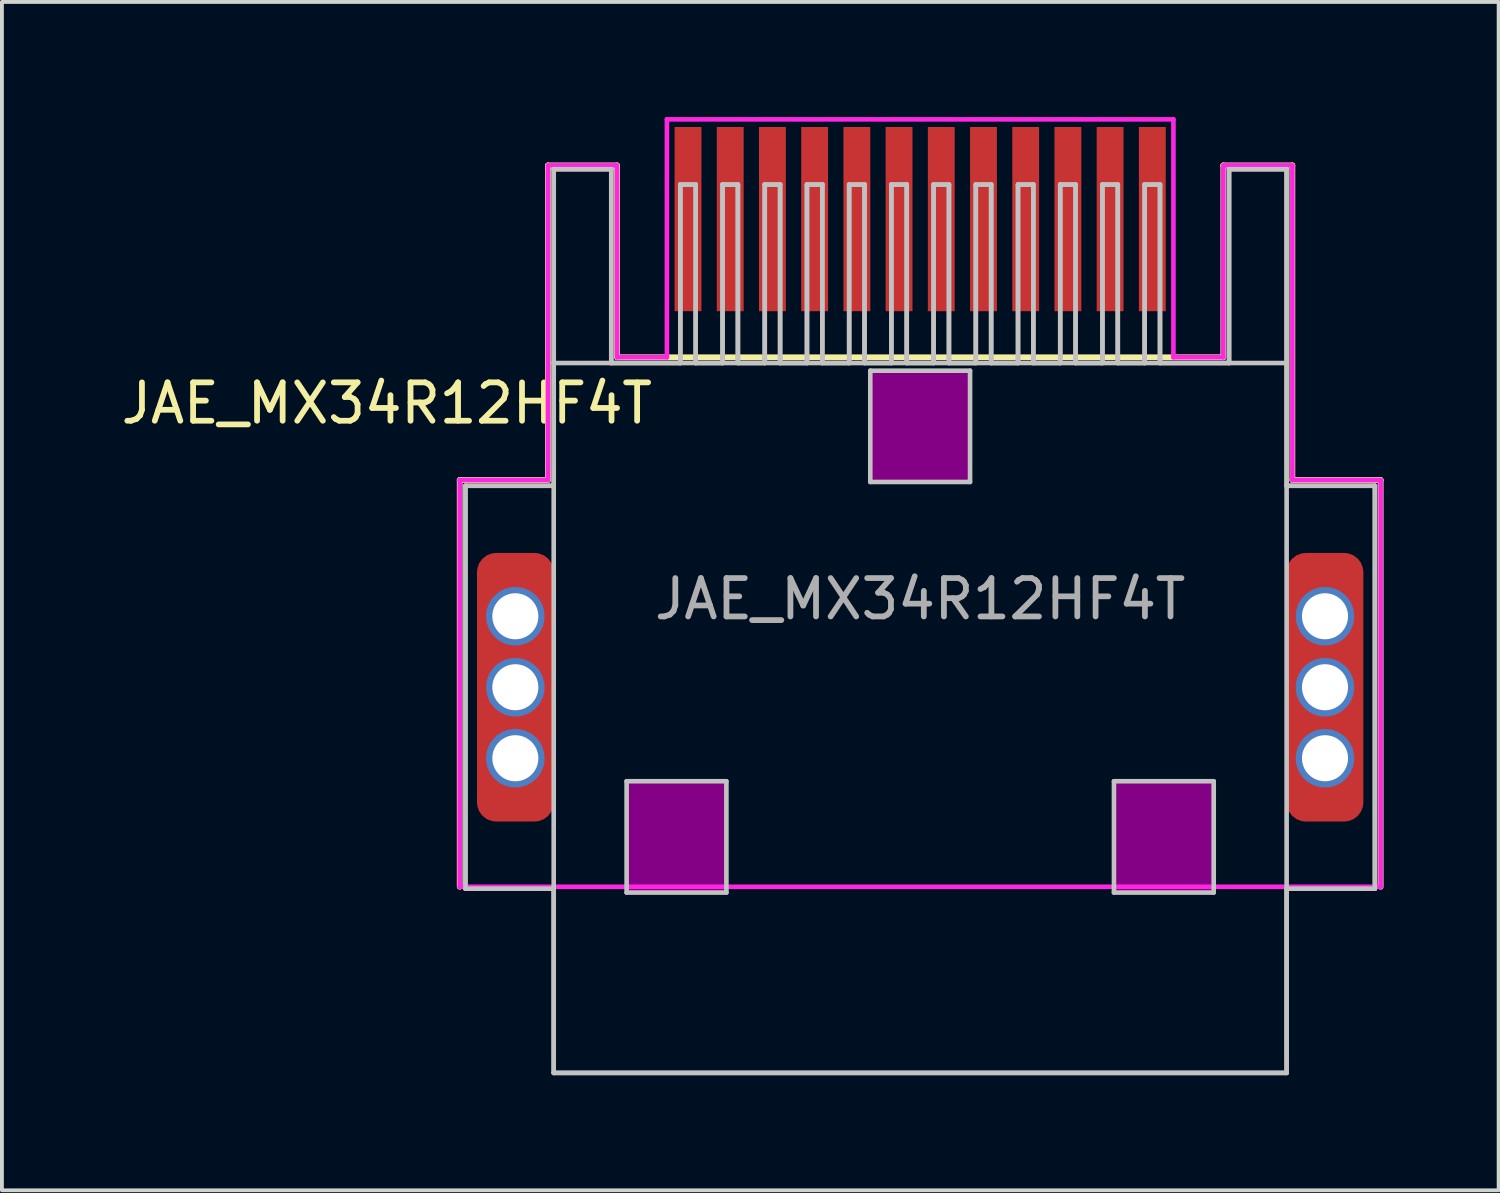
<source format=kicad_pcb>
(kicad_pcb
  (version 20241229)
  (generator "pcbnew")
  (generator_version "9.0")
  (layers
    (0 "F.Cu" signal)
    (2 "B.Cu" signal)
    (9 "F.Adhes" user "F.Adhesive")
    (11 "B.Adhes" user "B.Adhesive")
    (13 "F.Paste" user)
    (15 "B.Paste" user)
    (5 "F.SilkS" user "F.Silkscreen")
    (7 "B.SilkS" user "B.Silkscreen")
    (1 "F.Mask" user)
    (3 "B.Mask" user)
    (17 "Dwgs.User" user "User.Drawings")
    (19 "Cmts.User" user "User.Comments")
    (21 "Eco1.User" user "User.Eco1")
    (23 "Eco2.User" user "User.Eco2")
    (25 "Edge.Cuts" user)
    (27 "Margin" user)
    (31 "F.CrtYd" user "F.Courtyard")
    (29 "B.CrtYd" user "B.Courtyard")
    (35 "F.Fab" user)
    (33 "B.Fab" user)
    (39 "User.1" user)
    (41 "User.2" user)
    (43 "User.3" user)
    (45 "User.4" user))
  (footprint "JAE_MX34R12HF4T"
    (layer "F.Cu")
    (at 20.93 14.86)
    (property "Reference" "JAE_MX34R12HF4T" (at -13.9 -7.4 0) (layer "F.SilkS") (effects (font (size 1 1) (thickness 0.15))))
    (attr smd)
    (fp_line (start -12 -5.4) (end -12 5.2) (stroke (width 0.15) (type solid)) (layer "F.SilkS"))
    (fp_line (start -9.7 -13.6) (end -9.7 -5.4) (stroke (width 0.15) (type solid)) (layer "F.SilkS"))
    (fp_line (start -9.7 -5.4) (end -12 -5.4) (stroke (width 0.15) (type solid)) (layer "F.SilkS"))
    (fp_line (start -7.9 -13.6) (end -9.7 -13.6) (stroke (width 0.15) (type solid)) (layer "F.SilkS"))
    (fp_line (start -7.9 -8.6) (end -7.9 -13.6) (stroke (width 0.15) (type solid)) (layer "F.SilkS"))
    (fp_line (start 7.9 -13.6) (end 9.7 -13.6) (stroke (width 0.15) (type solid)) (layer "F.SilkS"))
    (fp_line (start 7.9 -8.6) (end -7.9 -8.6) (stroke (width 0.15) (type solid)) (layer "F.SilkS"))
    (fp_line (start 7.9 -8.6) (end 7.9 -13.6) (stroke (width 0.15) (type solid)) (layer "F.SilkS"))
    (fp_line (start 9.7 -13.6) (end 9.7 -5.4) (stroke (width 0.15) (type solid)) (layer "F.SilkS"))
    (fp_line (start 9.7 -5.4) (end 12 -5.4) (stroke (width 0.15) (type solid)) (layer "F.SilkS"))
    (fp_line (start 12 -5.4) (end 12 5.2) (stroke (width 0.15) (type solid)) (layer "F.SilkS"))
    (fp_line (start -11.85 -5.25) (end -11.85 5.25) (stroke (width 0.12) (type solid)) (layer "Dwgs.User"))
    (fp_line (start -11.85 -5.25) (end -9.55 -5.25) (stroke (width 0.12) (type solid)) (layer "Dwgs.User"))
    (fp_line (start -11.85 5.25) (end -9.55 5.25) (stroke (width 0.12) (type solid)) (layer "Dwgs.User"))
    (fp_line (start -9.55 -13.5) (end -8.05 -13.5) (stroke (width 0.12) (type solid)) (layer "Dwgs.User"))
    (fp_line (start -9.55 -8.45) (end -9.55 -13.5) (stroke (width 0.12) (type solid)) (layer "Dwgs.User"))
    (fp_line (start -9.55 -8.45) (end -9.55 10.05) (stroke (width 0.12) (type solid)) (layer "Dwgs.User"))
    (fp_line (start -9.55 -8.45) (end 9.55 -8.45) (stroke (width 0.12) (type solid)) (layer "Dwgs.User"))
    (fp_line (start -9.55 10.05) (end 9.55 10.05) (stroke (width 0.12) (type solid)) (layer "Dwgs.User"))
    (fp_line (start -8.05 -13.5) (end -8.05 -8.45) (stroke (width 0.12) (type solid)) (layer "Dwgs.User"))
    (fp_line (start -7.65 2.45) (end -5.05 2.45) (stroke (width 0.12) (type solid)) (layer "Dwgs.User"))
    (fp_line (start -7.65 5.35) (end -7.65 2.45) (stroke (width 0.12) (type solid)) (layer "Dwgs.User"))
    (fp_line (start -6.25 -13.1) (end -6.25 -8.45) (stroke (width 0.12) (type solid)) (layer "Dwgs.User"))
    (fp_line (start -5.85 -13.1) (end -6.25 -13.1) (stroke (width 0.12) (type solid)) (layer "Dwgs.User"))
    (fp_line (start -5.85 -8.45) (end -5.85 -13.1) (stroke (width 0.12) (type solid)) (layer "Dwgs.User"))
    (fp_line (start -5.15 -13.1) (end -5.15 -8.45) (stroke (width 0.12) (type solid)) (layer "Dwgs.User"))
    (fp_line (start -5.05 2.45) (end -5.05 5.35) (stroke (width 0.12) (type solid)) (layer "Dwgs.User"))
    (fp_line (start -5.05 5.35) (end -7.65 5.35) (stroke (width 0.12) (type solid)) (layer "Dwgs.User"))
    (fp_line (start -4.75 -13.1) (end -5.15 -13.1) (stroke (width 0.12) (type solid)) (layer "Dwgs.User"))
    (fp_line (start -4.75 -8.45) (end -4.75 -13.1) (stroke (width 0.12) (type solid)) (layer "Dwgs.User"))
    (fp_line (start -4.05 -13.1) (end -4.05 -8.45) (stroke (width 0.12) (type solid)) (layer "Dwgs.User"))
    (fp_line (start -3.65 -13.1) (end -4.05 -13.1) (stroke (width 0.12) (type solid)) (layer "Dwgs.User"))
    (fp_line (start -3.65 -8.45) (end -3.65 -13.1) (stroke (width 0.12) (type solid)) (layer "Dwgs.User"))
    (fp_line (start -2.95 -13.1) (end -2.95 -8.45) (stroke (width 0.12) (type solid)) (layer "Dwgs.User"))
    (fp_line (start -2.55 -13.1) (end -2.95 -13.1) (stroke (width 0.12) (type solid)) (layer "Dwgs.User"))
    (fp_line (start -2.55 -8.45) (end -2.55 -13.1) (stroke (width 0.12) (type solid)) (layer "Dwgs.User"))
    (fp_line (start -1.85 -13.1) (end -1.85 -8.45) (stroke (width 0.12) (type solid)) (layer "Dwgs.User"))
    (fp_line (start -1.45 -13.1) (end -1.85 -13.1) (stroke (width 0.12) (type solid)) (layer "Dwgs.User"))
    (fp_line (start -1.45 -8.45) (end -1.45 -13.1) (stroke (width 0.12) (type solid)) (layer "Dwgs.User"))
    (fp_line (start -1.3 -8.25) (end 1.3 -8.25) (stroke (width 0.12) (type solid)) (layer "Dwgs.User"))
    (fp_line (start -1.3 -5.35) (end -1.3 -8.25) (stroke (width 0.12) (type solid)) (layer "Dwgs.User"))
    (fp_line (start -0.75 -13.1) (end -0.75 -8.45) (stroke (width 0.12) (type solid)) (layer "Dwgs.User"))
    (fp_line (start -0.35 -13.1) (end -0.75 -13.1) (stroke (width 0.12) (type solid)) (layer "Dwgs.User"))
    (fp_line (start -0.35 -8.45) (end -0.35 -13.1) (stroke (width 0.12) (type solid)) (layer "Dwgs.User"))
    (fp_line (start 0.35 -13.1) (end 0.35 -8.45) (stroke (width 0.12) (type solid)) (layer "Dwgs.User"))
    (fp_line (start 0.75 -13.1) (end 0.35 -13.1) (stroke (width 0.12) (type solid)) (layer "Dwgs.User"))
    (fp_line (start 0.75 -8.45) (end 0.75 -13.1) (stroke (width 0.12) (type solid)) (layer "Dwgs.User"))
    (fp_line (start 1.3 -8.25) (end 1.3 -5.35) (stroke (width 0.12) (type solid)) (layer "Dwgs.User"))
    (fp_line (start 1.3 -5.35) (end -1.3 -5.35) (stroke (width 0.12) (type solid)) (layer "Dwgs.User"))
    (fp_line (start 1.45 -13.1) (end 1.45 -8.45) (stroke (width 0.12) (type solid)) (layer "Dwgs.User"))
    (fp_line (start 1.85 -13.1) (end 1.45 -13.1) (stroke (width 0.12) (type solid)) (layer "Dwgs.User"))
    (fp_line (start 1.85 -8.45) (end 1.85 -13.1) (stroke (width 0.12) (type solid)) (layer "Dwgs.User"))
    (fp_line (start 2.55 -13.1) (end 2.55 -8.45) (stroke (width 0.12) (type solid)) (layer "Dwgs.User"))
    (fp_line (start 2.95 -13.1) (end 2.55 -13.1) (stroke (width 0.12) (type solid)) (layer "Dwgs.User"))
    (fp_line (start 2.95 -8.45) (end 2.95 -13.1) (stroke (width 0.12) (type solid)) (layer "Dwgs.User"))
    (fp_line (start 3.65 -13.1) (end 3.65 -8.45) (stroke (width 0.12) (type solid)) (layer "Dwgs.User"))
    (fp_line (start 4.05 -13.1) (end 3.65 -13.1) (stroke (width 0.12) (type solid)) (layer "Dwgs.User"))
    (fp_line (start 4.05 -8.45) (end 4.05 -13.1) (stroke (width 0.12) (type solid)) (layer "Dwgs.User"))
    (fp_line (start 4.75 -13.1) (end 4.75 -8.45) (stroke (width 0.12) (type solid)) (layer "Dwgs.User"))
    (fp_line (start 5.05 2.45) (end 7.65 2.45) (stroke (width 0.12) (type solid)) (layer "Dwgs.User"))
    (fp_line (start 5.05 5.35) (end 5.05 2.45) (stroke (width 0.12) (type solid)) (layer "Dwgs.User"))
    (fp_line (start 5.15 -13.1) (end 4.75 -13.1) (stroke (width 0.12) (type solid)) (layer "Dwgs.User"))
    (fp_line (start 5.15 -8.45) (end 5.15 -13.1) (stroke (width 0.12) (type solid)) (layer "Dwgs.User"))
    (fp_line (start 5.85 -13.1) (end 5.85 -8.45) (stroke (width 0.12) (type solid)) (layer "Dwgs.User"))
    (fp_line (start 6.25 -13.1) (end 5.85 -13.1) (stroke (width 0.12) (type solid)) (layer "Dwgs.User"))
    (fp_line (start 6.25 -8.45) (end 6.25 -13.1) (stroke (width 0.12) (type solid)) (layer "Dwgs.User"))
    (fp_line (start 7.65 2.45) (end 7.65 5.35) (stroke (width 0.12) (type solid)) (layer "Dwgs.User"))
    (fp_line (start 7.65 5.35) (end 5.05 5.35) (stroke (width 0.12) (type solid)) (layer "Dwgs.User"))
    (fp_line (start 8.05 -13.5) (end 8.05 -8.45) (stroke (width 0.12) (type solid)) (layer "Dwgs.User"))
    (fp_line (start 9.55 -13.5) (end 8.05 -13.5) (stroke (width 0.12) (type solid)) (layer "Dwgs.User"))
    (fp_line (start 9.55 -8.45) (end 9.55 -13.5) (stroke (width 0.12) (type solid)) (layer "Dwgs.User"))
    (fp_line (start 9.55 10.05) (end 9.55 -8.45) (stroke (width 0.12) (type solid)) (layer "Dwgs.User"))
    (fp_line (start 11.85 -5.25) (end 9.55 -5.25) (stroke (width 0.12) (type solid)) (layer "Dwgs.User"))
    (fp_line (start 11.85 -5.25) (end 11.85 5.25) (stroke (width 0.12) (type solid)) (layer "Dwgs.User"))
    (fp_line (start 11.85 5.25) (end 9.55 5.25) (stroke (width 0.12) (type solid)) (layer "Dwgs.User"))
    (fp_line (start -12 -5.4) (end -9.7 -5.4) (stroke (width 0.12) (type solid)) (layer "F.CrtYd"))
    (fp_line (start -12 5.2) (end -12 -5.4) (stroke (width 0.12) (type solid)) (layer "F.CrtYd"))
    (fp_line (start -12 5.2) (end 12 5.2) (stroke (width 0.12) (type solid)) (layer "F.CrtYd"))
    (fp_line (start -9.7 -13.6) (end -7.9 -13.6) (stroke (width 0.12) (type solid)) (layer "F.CrtYd"))
    (fp_line (start -9.7 -5.4) (end -9.7 -13.6) (stroke (width 0.12) (type solid)) (layer "F.CrtYd"))
    (fp_line (start -7.9 -13.6) (end -7.9 -8.6) (stroke (width 0.12) (type solid)) (layer "F.CrtYd"))
    (fp_line (start -7.9 -8.6) (end -6.6 -8.6) (stroke (width 0.12) (type solid)) (layer "F.CrtYd"))
    (fp_line (start -6.6 -14.8) (end 6.6 -14.8) (stroke (width 0.12) (type solid)) (layer "F.CrtYd"))
    (fp_line (start -6.6 -8.6) (end -6.6 -14.8) (stroke (width 0.12) (type solid)) (layer "F.CrtYd"))
    (fp_line (start 6.6 -14.8) (end 6.6 -8.6) (stroke (width 0.12) (type solid)) (layer "F.CrtYd"))
    (fp_line (start 7.9 -13.6) (end 7.9 -8.6) (stroke (width 0.12) (type solid)) (layer "F.CrtYd"))
    (fp_line (start 7.9 -8.6) (end 6.6 -8.6) (stroke (width 0.12) (type solid)) (layer "F.CrtYd"))
    (fp_line (start 9.7 -13.6) (end 7.9 -13.6) (stroke (width 0.12) (type solid)) (layer "F.CrtYd"))
    (fp_line (start 9.7 -5.4) (end 9.7 -13.6) (stroke (width 0.12) (type solid)) (layer "F.CrtYd"))
    (fp_line (start 12 -5.4) (end 9.7 -5.4) (stroke (width 0.12) (type solid)) (layer "F.CrtYd"))
    (fp_line (start 12 5.2) (end 12 -5.4) (stroke (width 0.12) (type solid)) (layer "F.CrtYd"))
    (fp_line (start -11.85 -5.25) (end -11.85 5.25) (stroke (width 0.12) (type solid)) (layer "F.Fab"))
    (fp_line (start -11.85 5.25) (end -9.55 5.25) (stroke (width 0.12) (type solid)) (layer "F.Fab"))
    (fp_line (start -9.55 -13.5) (end -9.55 -5.25) (stroke (width 0.12) (type solid)) (layer "F.Fab"))
    (fp_line (start -9.55 -5.25) (end -11.85 -5.25) (stroke (width 0.12) (type solid)) (layer "F.Fab"))
    (fp_line (start -9.55 5.25) (end -9.55 10.05) (stroke (width 0.12) (type solid)) (layer "F.Fab"))
    (fp_line (start -9.55 10.05) (end 9.55 10.05) (stroke (width 0.12) (type solid)) (layer "F.Fab"))
    (fp_line (start -8.05 -13.5) (end -9.55 -13.5) (stroke (width 0.12) (type solid)) (layer "F.Fab"))
    (fp_line (start -8.05 -8.45) (end -8.05 -13.5) (stroke (width 0.12) (type solid)) (layer "F.Fab"))
    (fp_line (start -6.25 -13.1) (end -6.25 -8.45) (stroke (width 0.12) (type solid)) (layer "F.Fab"))
    (fp_line (start -6.25 -8.45) (end -8.05 -8.45) (stroke (width 0.12) (type solid)) (layer "F.Fab"))
    (fp_line (start -5.85 -13.1) (end -6.25 -13.1) (stroke (width 0.12) (type solid)) (layer "F.Fab"))
    (fp_line (start -5.85 -8.45) (end -5.85 -13.1) (stroke (width 0.12) (type solid)) (layer "F.Fab"))
    (fp_line (start -5.15 -13.1) (end -5.15 -8.45) (stroke (width 0.12) (type solid)) (layer "F.Fab"))
    (fp_line (start -5.15 -8.45) (end -5.85 -8.45) (stroke (width 0.12) (type solid)) (layer "F.Fab"))
    (fp_line (start -4.75 -13.1) (end -5.15 -13.1) (stroke (width 0.12) (type solid)) (layer "F.Fab"))
    (fp_line (start -4.75 -8.45) (end -4.75 -13.1) (stroke (width 0.12) (type solid)) (layer "F.Fab"))
    (fp_line (start -4.05 -13.1) (end -4.05 -8.45) (stroke (width 0.12) (type solid)) (layer "F.Fab"))
    (fp_line (start -4.05 -8.45) (end -4.75 -8.45) (stroke (width 0.12) (type solid)) (layer "F.Fab"))
    (fp_line (start -3.65 -13.1) (end -4.05 -13.1) (stroke (width 0.12) (type solid)) (layer "F.Fab"))
    (fp_line (start -3.65 -8.45) (end -3.65 -13.1) (stroke (width 0.12) (type solid)) (layer "F.Fab"))
    (fp_line (start -2.95 -13.1) (end -2.95 -8.45) (stroke (width 0.12) (type solid)) (layer "F.Fab"))
    (fp_line (start -2.95 -8.45) (end -3.65 -8.45) (stroke (width 0.12) (type solid)) (layer "F.Fab"))
    (fp_line (start -2.55 -13.1) (end -2.95 -13.1) (stroke (width 0.12) (type solid)) (layer "F.Fab"))
    (fp_line (start -2.55 -8.45) (end -2.55 -13.1) (stroke (width 0.12) (type solid)) (layer "F.Fab"))
    (fp_line (start -1.85 -13.1) (end -1.85 -8.45) (stroke (width 0.12) (type solid)) (layer "F.Fab"))
    (fp_line (start -1.85 -8.45) (end -2.55 -8.45) (stroke (width 0.12) (type solid)) (layer "F.Fab"))
    (fp_line (start -1.45 -13.1) (end -1.85 -13.1) (stroke (width 0.12) (type solid)) (layer "F.Fab"))
    (fp_line (start -1.45 -8.45) (end -1.45 -13.1) (stroke (width 0.12) (type solid)) (layer "F.Fab"))
    (fp_line (start -0.75 -13.1) (end -0.75 -8.45) (stroke (width 0.12) (type solid)) (layer "F.Fab"))
    (fp_line (start -0.75 -8.45) (end -1.45 -8.45) (stroke (width 0.12) (type solid)) (layer "F.Fab"))
    (fp_line (start -0.35 -13.1) (end -0.75 -13.1) (stroke (width 0.12) (type solid)) (layer "F.Fab"))
    (fp_line (start -0.35 -8.45) (end -0.35 -13.1) (stroke (width 0.12) (type solid)) (layer "F.Fab"))
    (fp_line (start 0.35 -13.1) (end 0.35 -8.45) (stroke (width 0.12) (type solid)) (layer "F.Fab"))
    (fp_line (start 0.35 -8.45) (end -0.35 -8.45) (stroke (width 0.12) (type solid)) (layer "F.Fab"))
    (fp_line (start 0.75 -13.1) (end 0.35 -13.1) (stroke (width 0.12) (type solid)) (layer "F.Fab"))
    (fp_line (start 0.75 -8.45) (end 0.75 -13.1) (stroke (width 0.12) (type solid)) (layer "F.Fab"))
    (fp_line (start 1.45 -13.1) (end 1.45 -8.45) (stroke (width 0.12) (type solid)) (layer "F.Fab"))
    (fp_line (start 1.45 -8.45) (end 0.75 -8.45) (stroke (width 0.12) (type solid)) (layer "F.Fab"))
    (fp_line (start 1.85 -13.1) (end 1.45 -13.1) (stroke (width 0.12) (type solid)) (layer "F.Fab"))
    (fp_line (start 1.85 -8.45) (end 1.85 -13.1) (stroke (width 0.12) (type solid)) (layer "F.Fab"))
    (fp_line (start 2.55 -13.1) (end 2.55 -8.45) (stroke (width 0.12) (type solid)) (layer "F.Fab"))
    (fp_line (start 2.55 -8.45) (end 1.85 -8.45) (stroke (width 0.12) (type solid)) (layer "F.Fab"))
    (fp_line (start 2.95 -13.1) (end 2.55 -13.1) (stroke (width 0.12) (type solid)) (layer "F.Fab"))
    (fp_line (start 2.95 -8.45) (end 2.95 -13.1) (stroke (width 0.12) (type solid)) (layer "F.Fab"))
    (fp_line (start 3.65 -13.1) (end 3.65 -8.45) (stroke (width 0.12) (type solid)) (layer "F.Fab"))
    (fp_line (start 3.65 -8.45) (end 2.95 -8.45) (stroke (width 0.12) (type solid)) (layer "F.Fab"))
    (fp_line (start 4.05 -13.1) (end 3.65 -13.1) (stroke (width 0.12) (type solid)) (layer "F.Fab"))
    (fp_line (start 4.05 -8.45) (end 4.05 -13.1) (stroke (width 0.12) (type solid)) (layer "F.Fab"))
    (fp_line (start 4.75 -13.1) (end 4.75 -8.45) (stroke (width 0.12) (type solid)) (layer "F.Fab"))
    (fp_line (start 4.75 -8.45) (end 4.05 -8.45) (stroke (width 0.12) (type solid)) (layer "F.Fab"))
    (fp_line (start 5.15 -13.1) (end 4.75 -13.1) (stroke (width 0.12) (type solid)) (layer "F.Fab"))
    (fp_line (start 5.15 -8.45) (end 5.15 -13.1) (stroke (width 0.12) (type solid)) (layer "F.Fab"))
    (fp_line (start 5.85 -13.1) (end 5.85 -8.45) (stroke (width 0.12) (type solid)) (layer "F.Fab"))
    (fp_line (start 5.85 -8.45) (end 5.15 -8.45) (stroke (width 0.12) (type solid)) (layer "F.Fab"))
    (fp_line (start 6.25 -13.1) (end 5.85 -13.1) (stroke (width 0.12) (type solid)) (layer "F.Fab"))
    (fp_line (start 6.25 -8.45) (end 6.25 -13.1) (stroke (width 0.12) (type solid)) (layer "F.Fab"))
    (fp_line (start 8.05 -13.5) (end 8.05 -8.45) (stroke (width 0.12) (type solid)) (layer "F.Fab"))
    (fp_line (start 8.05 -8.45) (end 6.25 -8.45) (stroke (width 0.12) (type solid)) (layer "F.Fab"))
    (fp_line (start 9.55 -13.5) (end 8.05 -13.5) (stroke (width 0.12) (type solid)) (layer "F.Fab"))
    (fp_line (start 9.55 -5.25) (end 9.55 -13.5) (stroke (width 0.12) (type solid)) (layer "F.Fab"))
    (fp_line (start 9.55 5.25) (end 11.85 5.25) (stroke (width 0.12) (type solid)) (layer "F.Fab"))
    (fp_line (start 9.55 10.05) (end 9.55 5.25) (stroke (width 0.12) (type solid)) (layer "F.Fab"))
    (fp_line (start 11.85 -5.25) (end 9.55 -5.25) (stroke (width 0.12) (type solid)) (layer "F.Fab"))
    (fp_line (start 11.85 5.25) (end 11.85 -5.25) (stroke (width 0.12) (type solid)) (layer "F.Fab"))
    (fp_text user "${REFERENCE}" (at 0 -2.3 0) (layer "F.Fab") (effects (font (size 1 1) (thickness 0.15))))
    (pad "" smd rect (at -6.35 3.9) (size 2.6 2.9) (layers "F.Adhes"))
    (pad "" smd rect (at 0 -6.8) (size 2.6 2.9) (layers "F.Adhes"))
    (pad "" smd rect (at 6.35 3.9) (size 2.6 2.9) (layers "F.Adhes"))
    (pad "1" smd rect (at 4.95 -12.2) (size 0.7 4.8) (layers "F.Cu" "F.Mask" "F.Paste"))
    (pad "2" smd rect (at 6.05 -12.2) (size 0.7 4.8) (layers "F.Cu" "F.Mask" "F.Paste"))
    (pad "3" smd rect (at 2.75 -12.2) (size 0.7 4.8) (layers "F.Cu" "F.Mask" "F.Paste"))
    (pad "4" smd rect (at 3.85 -12.2) (size 0.7 4.8) (layers "F.Cu" "F.Mask" "F.Paste"))
    (pad "5" smd rect (at 0.55 -12.2) (size 0.7 4.8) (layers "F.Cu" "F.Mask" "F.Paste"))
    (pad "6" smd rect (at 1.65 -12.2) (size 0.7 4.8) (layers "F.Cu" "F.Mask" "F.Paste"))
    (pad "7" smd rect (at -1.65 -12.2) (size 0.7 4.8) (layers "F.Cu" "F.Mask" "F.Paste"))
    (pad "8" smd rect (at -0.55 -12.2) (size 0.7 4.8) (layers "F.Cu" "F.Mask" "F.Paste"))
    (pad "9" smd rect (at -3.85 -12.2) (size 0.7 4.8) (layers "F.Cu" "F.Mask" "F.Paste"))
    (pad "10" smd rect (at -2.75 -12.2) (size 0.7 4.8) (layers "F.Cu" "F.Mask" "F.Paste"))
    (pad "11" smd rect (at -6.05 -12.2) (size 0.7 4.8) (layers "F.Cu" "F.Mask" "F.Paste"))
    (pad "12" smd rect (at -4.95 -12.2) (size 0.7 4.8) (layers "F.Cu" "F.Mask" "F.Paste"))
    (pad "A" thru_hole circle (at -10.55 -1.85) (size 1.524 1.524) (drill 1.2) (layers "*.Cu" "*.Mask" "F.Paste"))
    (pad "A" thru_hole circle (at -10.55 0) (size 1.524 1.524) (drill 1.2) (layers "*.Cu" "*.Mask" "F.Paste"))
    (pad "A" smd roundrect (at -10.55 0) (size 2 7) (layers "F.Cu" "F.Mask" "F.Paste") (roundrect_rratio 0.25))
    (pad "A" thru_hole circle (at -10.55 1.85) (size 1.524 1.524) (drill 1.2) (layers "*.Cu" "*.Mask" "F.Paste"))
    (pad "B" thru_hole circle (at 10.55 -1.85) (size 1.524 1.524) (drill 1.2) (layers "*.Cu" "*.Mask" "F.Paste"))
    (pad "B" thru_hole circle (at 10.55 0) (size 1.524 1.524) (drill 1.2) (layers "*.Cu" "*.Mask" "F.Paste"))
    (pad "B" smd roundrect (at 10.55 0) (size 2 7) (layers "F.Cu" "F.Mask" "F.Paste") (roundrect_rratio 0.25))
    (pad "B" thru_hole circle (at 10.55 1.85) (size 1.524 1.524) (drill 1.2) (layers "*.Cu" "*.Mask" "F.Paste")))
  (gr_rect
    (start -3 -3)
    (end 36.005 27.97)
    (stroke (width 0.1) (type default))
    (fill no)
    (layer "Edge.Cuts")))
</source>
